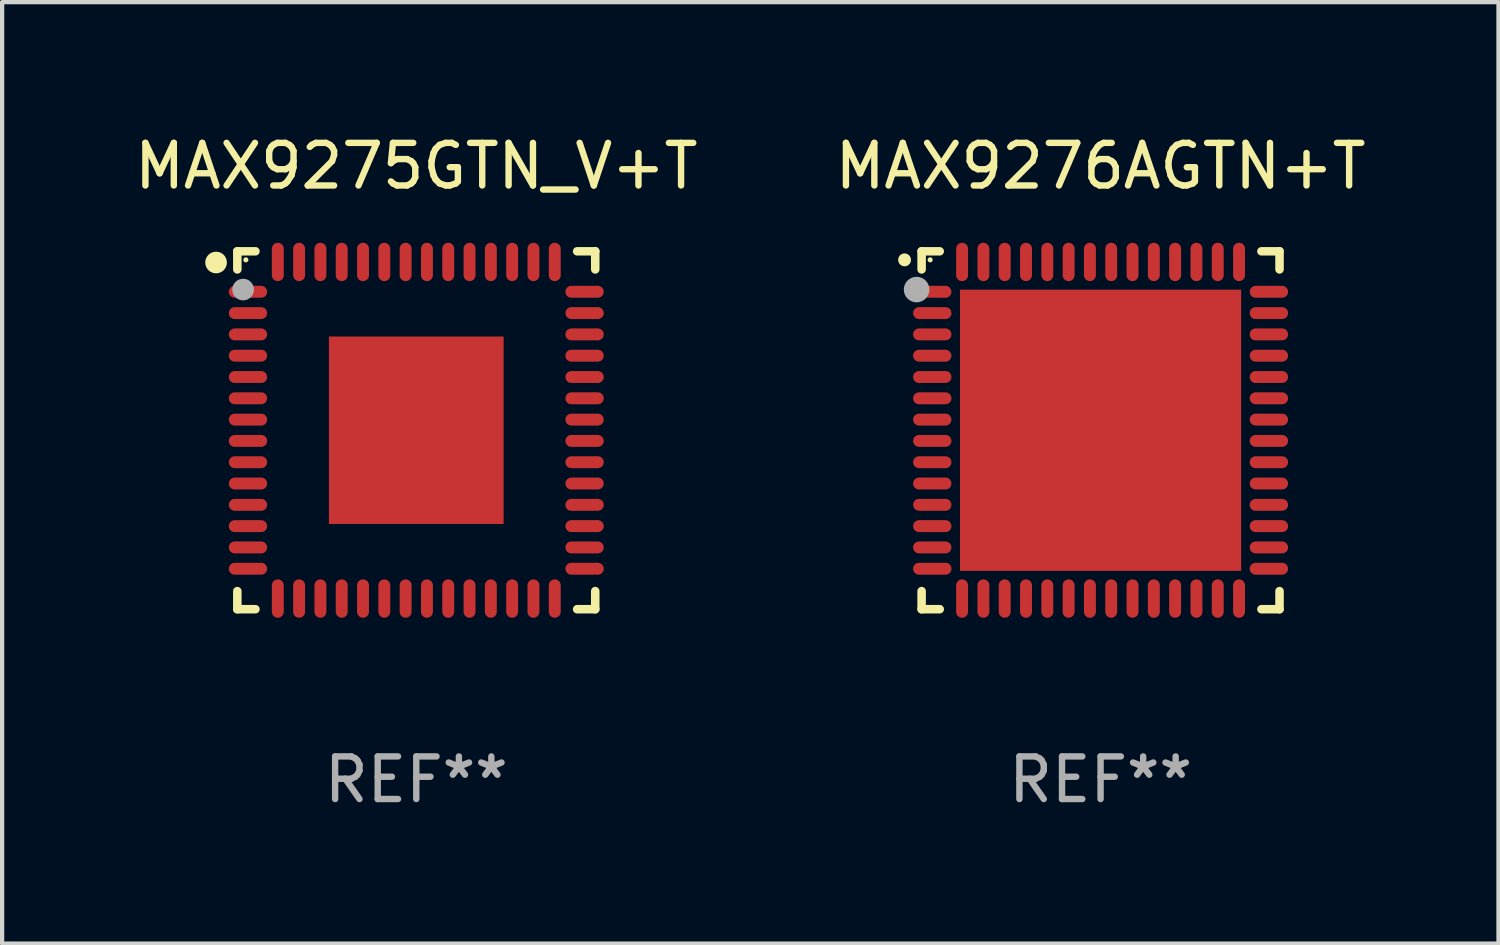
<source format=kicad_pcb>
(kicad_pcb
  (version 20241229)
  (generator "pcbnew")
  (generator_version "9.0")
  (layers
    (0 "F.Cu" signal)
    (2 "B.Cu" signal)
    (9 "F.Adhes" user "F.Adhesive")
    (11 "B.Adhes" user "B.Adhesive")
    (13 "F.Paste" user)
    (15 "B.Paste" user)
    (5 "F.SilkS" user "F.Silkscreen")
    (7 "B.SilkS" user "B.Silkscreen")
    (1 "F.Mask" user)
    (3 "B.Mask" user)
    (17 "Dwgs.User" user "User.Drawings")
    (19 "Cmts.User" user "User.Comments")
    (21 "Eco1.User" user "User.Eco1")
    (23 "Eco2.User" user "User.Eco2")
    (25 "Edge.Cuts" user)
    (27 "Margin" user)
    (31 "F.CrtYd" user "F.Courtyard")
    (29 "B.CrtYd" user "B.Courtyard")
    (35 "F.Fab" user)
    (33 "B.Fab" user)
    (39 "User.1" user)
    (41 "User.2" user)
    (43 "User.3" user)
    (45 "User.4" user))
  (footprint "MAX9275GTN_V+T"
    (layer "F.Cu")
    (at 6.72 7.048)
    (property "Reference" "MAX9275GTN_V+T" (at 0 -6.2 0) (layer "F.SilkS") (effects (font (size 1 1) (thickness 0.15))))
    (attr through_hole)
    (fp_line (start -4.2 -4.2) (end -3.775 -4.2) (stroke (width 0.2) (type solid)) (layer "F.SilkS"))
    (fp_line (start -4.2 -3.775) (end -4.2 -4.2) (stroke (width 0.2) (type solid)) (layer "F.SilkS"))
    (fp_line (start -4.2 3.775) (end -4.2 4.2) (stroke (width 0.2) (type solid)) (layer "F.SilkS"))
    (fp_line (start -4.2 4.2) (end -3.775 4.2) (stroke (width 0.2) (type solid)) (layer "F.SilkS"))
    (fp_line (start 3.775 4.2) (end 4.2 4.2) (stroke (width 0.2) (type solid)) (layer "F.SilkS"))
    (fp_line (start 4.2 -4.2) (end 3.775 -4.2) (stroke (width 0.2) (type solid)) (layer "F.SilkS"))
    (fp_line (start 4.2 -3.775) (end 4.2 -4.2) (stroke (width 0.2) (type solid)) (layer "F.SilkS"))
    (fp_line (start 4.2 4.2) (end 4.2 3.775) (stroke (width 0.2) (type solid)) (layer "F.SilkS"))
    (fp_circle (center -4.699 -3.937) (end -4.572 -3.937) (stroke (width 0.254) (type solid)) (fill no) (layer "F.SilkS"))
    (fp_circle (center -4 -4) (end -3.97 -4) (stroke (width 0.06) (type solid)) (fill no) (layer "F.SilkS"))
    (fp_circle (center -4.064 -3.302) (end -3.937 -3.302) (stroke (width 0.254) (type solid)) (fill no) (layer "F.Fab"))
    (fp_text user "REF**" (at 0 8.2 0) (layer "F.Fab") (effects (font (size 1 1) (thickness 0.15))))
    (pad "1" smd oval (at -3.95 -3.25 90) (size 0.28 0.9) (layers "F.Cu" "F.Mask" "F.Paste"))
    (pad "2" smd oval (at -3.95 -2.75 90) (size 0.28 0.9) (layers "F.Cu" "F.Mask" "F.Paste"))
    (pad "3" smd oval (at -3.95 -2.25 90) (size 0.28 0.9) (layers "F.Cu" "F.Mask" "F.Paste"))
    (pad "4" smd oval (at -3.95 -1.75 90) (size 0.28 0.9) (layers "F.Cu" "F.Mask" "F.Paste"))
    (pad "5" smd oval (at -3.95 -1.25 90) (size 0.28 0.9) (layers "F.Cu" "F.Mask" "F.Paste"))
    (pad "6" smd oval (at -3.95 -0.75 90) (size 0.28 0.9) (layers "F.Cu" "F.Mask" "F.Paste"))
    (pad "7" smd oval (at -3.95 -0.25 90) (size 0.28 0.9) (layers "F.Cu" "F.Mask" "F.Paste"))
    (pad "8" smd oval (at -3.95 0.25 90) (size 0.28 0.9) (layers "F.Cu" "F.Mask" "F.Paste"))
    (pad "9" smd oval (at -3.95 0.75 90) (size 0.28 0.9) (layers "F.Cu" "F.Mask" "F.Paste"))
    (pad "10" smd oval (at -3.95 1.25 90) (size 0.28 0.9) (layers "F.Cu" "F.Mask" "F.Paste"))
    (pad "11" smd oval (at -3.95 1.75 90) (size 0.28 0.9) (layers "F.Cu" "F.Mask" "F.Paste"))
    (pad "12" smd oval (at -3.95 2.25 90) (size 0.28 0.9) (layers "F.Cu" "F.Mask" "F.Paste"))
    (pad "13" smd oval (at -3.95 2.75 90) (size 0.28 0.9) (layers "F.Cu" "F.Mask" "F.Paste"))
    (pad "14" smd oval (at -3.95 3.25 90) (size 0.28 0.9) (layers "F.Cu" "F.Mask" "F.Paste"))
    (pad "15" smd oval (at -3.25 3.95) (size 0.28 0.9) (layers "F.Cu" "F.Mask" "F.Paste"))
    (pad "16" smd oval (at -2.75 3.95) (size 0.28 0.9) (layers "F.Cu" "F.Mask" "F.Paste"))
    (pad "17" smd oval (at -2.25 3.95) (size 0.28 0.9) (layers "F.Cu" "F.Mask" "F.Paste"))
    (pad "18" smd oval (at -1.75 3.95) (size 0.28 0.9) (layers "F.Cu" "F.Mask" "F.Paste"))
    (pad "19" smd oval (at -1.25 3.95) (size 0.28 0.9) (layers "F.Cu" "F.Mask" "F.Paste"))
    (pad "20" smd oval (at -0.75 3.95) (size 0.28 0.9) (layers "F.Cu" "F.Mask" "F.Paste"))
    (pad "21" smd oval (at -0.25 3.95) (size 0.28 0.9) (layers "F.Cu" "F.Mask" "F.Paste"))
    (pad "22" smd oval (at 0.25 3.95) (size 0.28 0.9) (layers "F.Cu" "F.Mask" "F.Paste"))
    (pad "23" smd oval (at 0.75 3.95) (size 0.28 0.9) (layers "F.Cu" "F.Mask" "F.Paste"))
    (pad "24" smd oval (at 1.25 3.95) (size 0.28 0.9) (layers "F.Cu" "F.Mask" "F.Paste"))
    (pad "25" smd oval (at 1.75 3.95) (size 0.28 0.9) (layers "F.Cu" "F.Mask" "F.Paste"))
    (pad "26" smd oval (at 2.25 3.95) (size 0.28 0.9) (layers "F.Cu" "F.Mask" "F.Paste"))
    (pad "27" smd oval (at 2.75 3.95) (size 0.28 0.9) (layers "F.Cu" "F.Mask" "F.Paste"))
    (pad "28" smd oval (at 3.25 3.95) (size 0.28 0.9) (layers "F.Cu" "F.Mask" "F.Paste"))
    (pad "29" smd oval (at 3.95 3.25 90) (size 0.28 0.9) (layers "F.Cu" "F.Mask" "F.Paste"))
    (pad "30" smd oval (at 3.95 2.75 90) (size 0.28 0.9) (layers "F.Cu" "F.Mask" "F.Paste"))
    (pad "31" smd oval (at 3.95 2.25 90) (size 0.28 0.9) (layers "F.Cu" "F.Mask" "F.Paste"))
    (pad "32" smd oval (at 3.95 1.75 90) (size 0.28 0.9) (layers "F.Cu" "F.Mask" "F.Paste"))
    (pad "33" smd oval (at 3.95 1.25 90) (size 0.28 0.9) (layers "F.Cu" "F.Mask" "F.Paste"))
    (pad "34" smd oval (at 3.95 0.75 90) (size 0.28 0.9) (layers "F.Cu" "F.Mask" "F.Paste"))
    (pad "35" smd oval (at 3.95 0.25 90) (size 0.28 0.9) (layers "F.Cu" "F.Mask" "F.Paste"))
    (pad "36" smd oval (at 3.95 -0.25 90) (size 0.28 0.9) (layers "F.Cu" "F.Mask" "F.Paste"))
    (pad "37" smd oval (at 3.95 -0.75 90) (size 0.28 0.9) (layers "F.Cu" "F.Mask" "F.Paste"))
    (pad "38" smd oval (at 3.95 -1.25 90) (size 0.28 0.9) (layers "F.Cu" "F.Mask" "F.Paste"))
    (pad "39" smd oval (at 3.95 -1.75 90) (size 0.28 0.9) (layers "F.Cu" "F.Mask" "F.Paste"))
    (pad "40" smd oval (at 3.95 -2.25 90) (size 0.28 0.9) (layers "F.Cu" "F.Mask" "F.Paste"))
    (pad "41" smd oval (at 3.95 -2.75 90) (size 0.28 0.9) (layers "F.Cu" "F.Mask" "F.Paste"))
    (pad "42" smd oval (at 3.95 -3.25 90) (size 0.28 0.9) (layers "F.Cu" "F.Mask" "F.Paste"))
    (pad "43" smd oval (at 3.25 -3.95) (size 0.28 0.9) (layers "F.Cu" "F.Mask" "F.Paste"))
    (pad "44" smd oval (at 2.75 -3.95) (size 0.28 0.9) (layers "F.Cu" "F.Mask" "F.Paste"))
    (pad "45" smd oval (at 2.25 -3.95) (size 0.28 0.9) (layers "F.Cu" "F.Mask" "F.Paste"))
    (pad "46" smd oval (at 1.75 -3.95) (size 0.28 0.9) (layers "F.Cu" "F.Mask" "F.Paste"))
    (pad "47" smd oval (at 1.25 -3.95) (size 0.28 0.9) (layers "F.Cu" "F.Mask" "F.Paste"))
    (pad "48" smd oval (at 0.75 -3.95) (size 0.28 0.9) (layers "F.Cu" "F.Mask" "F.Paste"))
    (pad "49" smd oval (at 0.25 -3.95) (size 0.28 0.9) (layers "F.Cu" "F.Mask" "F.Paste"))
    (pad "50" smd oval (at -0.25 -3.95) (size 0.28 0.9) (layers "F.Cu" "F.Mask" "F.Paste"))
    (pad "51" smd oval (at -0.75 -3.95) (size 0.28 0.9) (layers "F.Cu" "F.Mask" "F.Paste"))
    (pad "52" smd oval (at -1.25 -3.95) (size 0.28 0.9) (layers "F.Cu" "F.Mask" "F.Paste"))
    (pad "53" smd oval (at -1.75 -3.95) (size 0.28 0.9) (layers "F.Cu" "F.Mask" "F.Paste"))
    (pad "54" smd oval (at -2.25 -3.95) (size 0.28 0.9) (layers "F.Cu" "F.Mask" "F.Paste"))
    (pad "55" smd oval (at -2.75 -3.95) (size 0.28 0.9) (layers "F.Cu" "F.Mask" "F.Paste"))
    (pad "56" smd oval (at -3.25 -3.95) (size 0.28 0.9) (layers "F.Cu" "F.Mask" "F.Paste"))
    (pad "57" smd rect (at 0 0.000051) (size 4.1 4.4) (layers "F.Cu" "F.Mask" "F.Paste")))
  (footprint "MAX9276AGTN+T"
    (layer "F.Cu")
    (at 22.78 7.048)
    (property "Reference" "MAX9276AGTN+T" (at 0 -6.2 0) (layer "F.SilkS") (effects (font (size 1 1) (thickness 0.15))))
    (attr through_hole)
    (fp_line (start -4.2 -4.2) (end -3.775 -4.2) (stroke (width 0.2) (type solid)) (layer "F.SilkS"))
    (fp_line (start -4.2 -3.775) (end -4.2 -4.2) (stroke (width 0.2) (type solid)) (layer "F.SilkS"))
    (fp_line (start -4.2 3.775) (end -4.2 4.2) (stroke (width 0.2) (type solid)) (layer "F.SilkS"))
    (fp_line (start -4.2 4.2) (end -3.775 4.2) (stroke (width 0.2) (type solid)) (layer "F.SilkS"))
    (fp_line (start 3.775 4.2) (end 4.2 4.2) (stroke (width 0.2) (type solid)) (layer "F.SilkS"))
    (fp_line (start 4.2 -4.2) (end 3.775 -4.2) (stroke (width 0.2) (type solid)) (layer "F.SilkS"))
    (fp_line (start 4.2 -3.775) (end 4.2 -4.2) (stroke (width 0.2) (type solid)) (layer "F.SilkS"))
    (fp_line (start 4.2 4.2) (end 4.2 3.775) (stroke (width 0.2) (type solid)) (layer "F.SilkS"))
    (fp_arc (start -4.599949 -3.997968) (mid -4.599954 -3.999238) (end -4.599949 -4.000508) (stroke (width 0.3) (type solid)) (layer "F.SilkS"))
    (fp_circle (center -4 -4) (end -3.97 -4) (stroke (width 0.06) (type solid)) (fill no) (layer "F.SilkS"))
    (fp_circle (center -4.318 -3.302) (end -4.168 -3.302) (stroke (width 0.3) (type solid)) (fill no) (layer "F.Fab"))
    (fp_text user "REF**" (at 0 8.2 0) (layer "F.Fab") (effects (font (size 1 1) (thickness 0.15))))
    (pad "1" smd oval (at -3.95 -3.25 90) (size 0.28 0.9) (layers "F.Cu" "F.Mask" "F.Paste"))
    (pad "2" smd oval (at -3.95 -2.75 90) (size 0.28 0.9) (layers "F.Cu" "F.Mask" "F.Paste"))
    (pad "3" smd oval (at -3.95 -2.25 90) (size 0.28 0.9) (layers "F.Cu" "F.Mask" "F.Paste"))
    (pad "4" smd oval (at -3.95 -1.75 90) (size 0.28 0.9) (layers "F.Cu" "F.Mask" "F.Paste"))
    (pad "5" smd oval (at -3.95 -1.25 90) (size 0.28 0.9) (layers "F.Cu" "F.Mask" "F.Paste"))
    (pad "6" smd oval (at -3.95 -0.75 90) (size 0.28 0.9) (layers "F.Cu" "F.Mask" "F.Paste"))
    (pad "7" smd oval (at -3.95 -0.25 90) (size 0.28 0.9) (layers "F.Cu" "F.Mask" "F.Paste"))
    (pad "8" smd oval (at -3.95 0.25 90) (size 0.28 0.9) (layers "F.Cu" "F.Mask" "F.Paste"))
    (pad "9" smd oval (at -3.95 0.75 90) (size 0.28 0.9) (layers "F.Cu" "F.Mask" "F.Paste"))
    (pad "10" smd oval (at -3.95 1.25 90) (size 0.28 0.9) (layers "F.Cu" "F.Mask" "F.Paste"))
    (pad "11" smd oval (at -3.95 1.75 90) (size 0.28 0.9) (layers "F.Cu" "F.Mask" "F.Paste"))
    (pad "12" smd oval (at -3.95 2.25 90) (size 0.28 0.9) (layers "F.Cu" "F.Mask" "F.Paste"))
    (pad "13" smd oval (at -3.95 2.75 90) (size 0.28 0.9) (layers "F.Cu" "F.Mask" "F.Paste"))
    (pad "14" smd oval (at -3.95 3.25 90) (size 0.28 0.9) (layers "F.Cu" "F.Mask" "F.Paste"))
    (pad "15" smd oval (at -3.25 3.95) (size 0.28 0.9) (layers "F.Cu" "F.Mask" "F.Paste"))
    (pad "16" smd oval (at -2.75 3.95) (size 0.28 0.9) (layers "F.Cu" "F.Mask" "F.Paste"))
    (pad "17" smd oval (at -2.25 3.95) (size 0.28 0.9) (layers "F.Cu" "F.Mask" "F.Paste"))
    (pad "18" smd oval (at -1.75 3.95) (size 0.28 0.9) (layers "F.Cu" "F.Mask" "F.Paste"))
    (pad "19" smd oval (at -1.25 3.95) (size 0.28 0.9) (layers "F.Cu" "F.Mask" "F.Paste"))
    (pad "20" smd oval (at -0.75 3.95) (size 0.28 0.9) (layers "F.Cu" "F.Mask" "F.Paste"))
    (pad "21" smd oval (at -0.25 3.95) (size 0.28 0.9) (layers "F.Cu" "F.Mask" "F.Paste"))
    (pad "22" smd oval (at 0.25 3.95) (size 0.28 0.9) (layers "F.Cu" "F.Mask" "F.Paste"))
    (pad "23" smd oval (at 0.75 3.95) (size 0.28 0.9) (layers "F.Cu" "F.Mask" "F.Paste"))
    (pad "24" smd oval (at 1.25 3.95) (size 0.28 0.9) (layers "F.Cu" "F.Mask" "F.Paste"))
    (pad "25" smd oval (at 1.75 3.95) (size 0.28 0.9) (layers "F.Cu" "F.Mask" "F.Paste"))
    (pad "26" smd oval (at 2.25 3.95) (size 0.28 0.9) (layers "F.Cu" "F.Mask" "F.Paste"))
    (pad "27" smd oval (at 2.75 3.95) (size 0.28 0.9) (layers "F.Cu" "F.Mask" "F.Paste"))
    (pad "28" smd oval (at 3.25 3.95) (size 0.28 0.9) (layers "F.Cu" "F.Mask" "F.Paste"))
    (pad "29" smd oval (at 3.95 3.25 90) (size 0.28 0.9) (layers "F.Cu" "F.Mask" "F.Paste"))
    (pad "30" smd oval (at 3.95 2.75 90) (size 0.28 0.9) (layers "F.Cu" "F.Mask" "F.Paste"))
    (pad "31" smd oval (at 3.95 2.25 90) (size 0.28 0.9) (layers "F.Cu" "F.Mask" "F.Paste"))
    (pad "32" smd oval (at 3.95 1.75 90) (size 0.28 0.9) (layers "F.Cu" "F.Mask" "F.Paste"))
    (pad "33" smd oval (at 3.95 1.25 90) (size 0.28 0.9) (layers "F.Cu" "F.Mask" "F.Paste"))
    (pad "34" smd oval (at 3.95 0.75 90) (size 0.28 0.9) (layers "F.Cu" "F.Mask" "F.Paste"))
    (pad "35" smd oval (at 3.95 0.25 90) (size 0.28 0.9) (layers "F.Cu" "F.Mask" "F.Paste"))
    (pad "36" smd oval (at 3.95 -0.25 90) (size 0.28 0.9) (layers "F.Cu" "F.Mask" "F.Paste"))
    (pad "37" smd oval (at 3.95 -0.75 90) (size 0.28 0.9) (layers "F.Cu" "F.Mask" "F.Paste"))
    (pad "38" smd oval (at 3.95 -1.25 90) (size 0.28 0.9) (layers "F.Cu" "F.Mask" "F.Paste"))
    (pad "39" smd oval (at 3.95 -1.75 90) (size 0.28 0.9) (layers "F.Cu" "F.Mask" "F.Paste"))
    (pad "40" smd oval (at 3.95 -2.25 90) (size 0.28 0.9) (layers "F.Cu" "F.Mask" "F.Paste"))
    (pad "41" smd oval (at 3.95 -2.75 90) (size 0.28 0.9) (layers "F.Cu" "F.Mask" "F.Paste"))
    (pad "42" smd oval (at 3.95 -3.25 90) (size 0.28 0.9) (layers "F.Cu" "F.Mask" "F.Paste"))
    (pad "43" smd oval (at 3.25 -3.95) (size 0.28 0.9) (layers "F.Cu" "F.Mask" "F.Paste"))
    (pad "44" smd oval (at 2.75 -3.95) (size 0.28 0.9) (layers "F.Cu" "F.Mask" "F.Paste"))
    (pad "45" smd oval (at 2.25 -3.95) (size 0.28 0.9) (layers "F.Cu" "F.Mask" "F.Paste"))
    (pad "46" smd oval (at 1.75 -3.95) (size 0.28 0.9) (layers "F.Cu" "F.Mask" "F.Paste"))
    (pad "47" smd oval (at 1.25 -3.95) (size 0.28 0.9) (layers "F.Cu" "F.Mask" "F.Paste"))
    (pad "48" smd oval (at 0.75 -3.95) (size 0.28 0.9) (layers "F.Cu" "F.Mask" "F.Paste"))
    (pad "49" smd oval (at 0.25 -3.95) (size 0.28 0.9) (layers "F.Cu" "F.Mask" "F.Paste"))
    (pad "50" smd oval (at -0.25 -3.95) (size 0.28 0.9) (layers "F.Cu" "F.Mask" "F.Paste"))
    (pad "51" smd oval (at -0.75 -3.95) (size 0.28 0.9) (layers "F.Cu" "F.Mask" "F.Paste"))
    (pad "52" smd oval (at -1.25 -3.95) (size 0.28 0.9) (layers "F.Cu" "F.Mask" "F.Paste"))
    (pad "53" smd oval (at -1.75 -3.95) (size 0.28 0.9) (layers "F.Cu" "F.Mask" "F.Paste"))
    (pad "54" smd oval (at -2.25 -3.95) (size 0.28 0.9) (layers "F.Cu" "F.Mask" "F.Paste"))
    (pad "55" smd oval (at -2.75 -3.95) (size 0.28 0.9) (layers "F.Cu" "F.Mask" "F.Paste"))
    (pad "56" smd oval (at -3.25 -3.95) (size 0.28 0.9) (layers "F.Cu" "F.Mask" "F.Paste"))
    (pad "57" smd rect (at 0 0.000051) (size 6.6 6.6) (layers "F.Cu" "F.Mask" "F.Paste")))
  (gr_rect
    (start -3 -3)
    (end 32.119 19.096)
    (stroke (width 0.1) (type default))
    (fill no)
    (layer "Edge.Cuts")))
</source>
